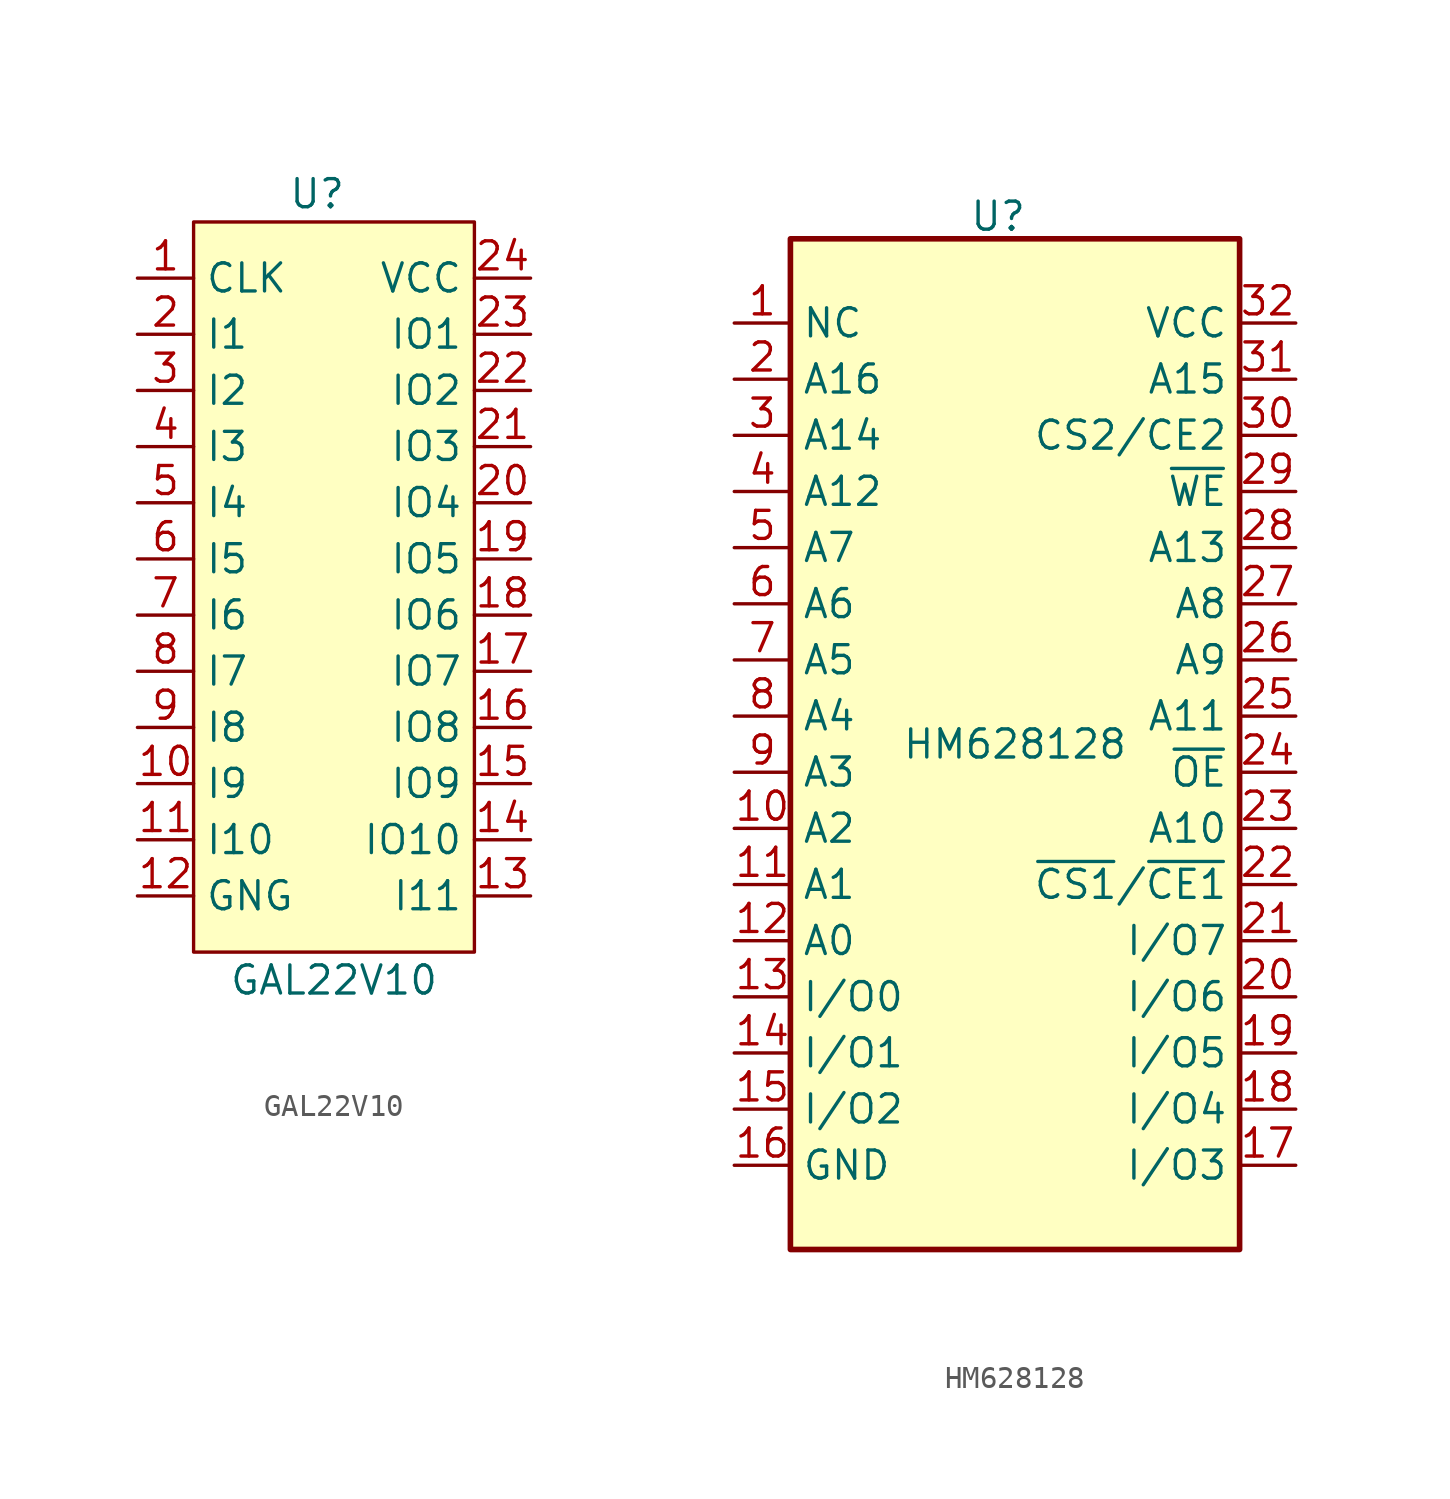
<source format=kicad_sym>
(kicad_symbol_lib
  (version 20241209)
  (generator "kicad_symbol_editor")
  (generator_version "9.0")
  (symbol "GAL22V10"
    (property "Reference" "U"
      (at -0.762 17.78 0)
      (effects (font (size 1.27 1.27))))
    (property "Value" "GAL22V10"
      (at 0 -17.78 0)
      (effects (font (size 1.27 1.27))))
    (property "ki_locked" ""
      (at 0 0 0)
      (effects (font (size 1.27 1.27))))
    (symbol "GAL22V10_1_1"
      (rectangle (start -6.35 16.51) (end 6.35 -16.51) (stroke (width 0) (type solid)) (fill (type color) (color 255 255 194 1)))
      (pin input line (at -8.89 13.97 0) (length 2.54) (name "CLK" (effects (font (size 1.27 1.27)))) (number "1" (effects (font (size 1.27 1.27)))))
      (pin input line (at -8.89 11.43 0) (length 2.54) (name "I1" (effects (font (size 1.27 1.27)))) (number "2" (effects (font (size 1.27 1.27)))))
      (pin input line (at -8.89 8.89 0) (length 2.54) (name "I2" (effects (font (size 1.27 1.27)))) (number "3" (effects (font (size 1.27 1.27)))))
      (pin input line (at -8.89 6.35 0) (length 2.54) (name "I3" (effects (font (size 1.27 1.27)))) (number "4" (effects (font (size 1.27 1.27)))))
      (pin input line (at -8.89 3.81 0) (length 2.54) (name "I4" (effects (font (size 1.27 1.27)))) (number "5" (effects (font (size 1.27 1.27)))))
      (pin input line (at -8.89 1.27 0) (length 2.54) (name "I5" (effects (font (size 1.27 1.27)))) (number "6" (effects (font (size 1.27 1.27)))))
      (pin input line (at -8.89 -1.27 0) (length 2.54) (name "I6" (effects (font (size 1.27 1.27)))) (number "7" (effects (font (size 1.27 1.27)))))
      (pin input line (at -8.89 -3.81 0) (length 2.54) (name "I7" (effects (font (size 1.27 1.27)))) (number "8" (effects (font (size 1.27 1.27)))))
      (pin input line (at -8.89 -6.35 0) (length 2.54) (name "I8" (effects (font (size 1.27 1.27)))) (number "9" (effects (font (size 1.27 1.27)))))
      (pin input line (at -8.89 -8.89 0) (length 2.54) (name "I9" (effects (font (size 1.27 1.27)))) (number "10" (effects (font (size 1.27 1.27)))))
      (pin input line (at -8.89 -11.43 0) (length 2.54) (name "I10" (effects (font (size 1.27 1.27)))) (number "11" (effects (font (size 1.27 1.27)))))
      (pin power_in line (at -8.89 -13.97 0) (length 2.54) (name "GNG" (effects (font (size 1.27 1.27)))) (number "12" (effects (font (size 1.27 1.27)))))
      (pin power_in line (at 8.89 13.97 180) (length 2.54) (name "VCC" (effects (font (size 1.27 1.27)))) (number "24" (effects (font (size 1.27 1.27)))))
      (pin bidirectional line (at 8.89 11.43 180) (length 2.54) (name "IO1" (effects (font (size 1.27 1.27)))) (number "23" (effects (font (size 1.27 1.27)))))
      (pin bidirectional line (at 8.89 8.89 180) (length 2.54) (name "IO2" (effects (font (size 1.27 1.27)))) (number "22" (effects (font (size 1.27 1.27)))))
      (pin bidirectional line (at 8.89 6.35 180) (length 2.54) (name "IO3" (effects (font (size 1.27 1.27)))) (number "21" (effects (font (size 1.27 1.27)))))
      (pin bidirectional line (at 8.89 3.81 180) (length 2.54) (name "IO4" (effects (font (size 1.27 1.27)))) (number "20" (effects (font (size 1.27 1.27)))))
      (pin bidirectional line (at 8.89 1.27 180) (length 2.54) (name "IO5" (effects (font (size 1.27 1.27)))) (number "19" (effects (font (size 1.27 1.27)))))
      (pin bidirectional line (at 8.89 -1.27 180) (length 2.54) (name "IO6" (effects (font (size 1.27 1.27)))) (number "18" (effects (font (size 1.27 1.27)))))
      (pin bidirectional line (at 8.89 -3.81 180) (length 2.54) (name "IO7" (effects (font (size 1.27 1.27)))) (number "17" (effects (font (size 1.27 1.27)))))
      (pin bidirectional line (at 8.89 -6.35 180) (length 2.54) (name "IO8" (effects (font (size 1.27 1.27)))) (number "16" (effects (font (size 1.27 1.27)))))
      (pin bidirectional line (at 8.89 -8.89 180) (length 2.54) (name "IO9" (effects (font (size 1.27 1.27)))) (number "15" (effects (font (size 1.27 1.27)))))
      (pin bidirectional line (at 8.89 -11.43 180) (length 2.54) (name "IO10" (effects (font (size 1.27 1.27)))) (number "14" (effects (font (size 1.27 1.27)))))
      (pin input line (at 8.89 -13.97 180) (length 2.54) (name "I11" (effects (font (size 1.27 1.27)))) (number "13" (effects (font (size 1.27 1.27)))))))
  (symbol "HM628128"
    (property "Reference" "U"
      (at -0.762 23.876 0)
      (effects (font (size 1.27 1.27))))
    (property "Value" "HM628128"
      (at 0 0 0)
      (effects (font (size 1.27 1.27))))
    (symbol "HM628128_0_0"
      (pin power_in line (at -12.7 -19.05 0) (length 2.54) (name "GND" (effects (font (size 1.27 1.27)))) (number "16" (effects (font (size 1.27 1.27)))))
      (pin power_in line (at 12.7 19.05 180) (length 2.54) (name "VCC" (effects (font (size 1.27 1.27)))) (number "32" (effects (font (size 1.27 1.27))))))
    (symbol "HM628128_0_1"
      (rectangle (start -10.16 22.86) (end 10.16 -22.86) (stroke (width 0.254) (type default)) (fill (type background))))
    (symbol "HM628128_1_1"
      (pin input line (at -12.7 19.05 0) (length 2.54) (name "NC" (effects (font (size 1.27 1.27)))) (number "1" (effects (font (size 1.27 1.27)))))
      (pin input line (at -12.7 16.51 0) (length 2.54) (name "A16" (effects (font (size 1.27 1.27)))) (number "2" (effects (font (size 1.27 1.27)))))
      (pin input line (at -12.7 13.97 0) (length 2.54) (name "A14" (effects (font (size 1.27 1.27)))) (number "3" (effects (font (size 1.27 1.27)))))
      (pin input line (at -12.7 11.43 0) (length 2.54) (name "A12" (effects (font (size 1.27 1.27)))) (number "4" (effects (font (size 1.27 1.27)))))
      (pin input line (at -12.7 8.89 0) (length 2.54) (name "A7" (effects (font (size 1.27 1.27)))) (number "5" (effects (font (size 1.27 1.27)))))
      (pin input line (at -12.7 6.35 0) (length 2.54) (name "A6" (effects (font (size 1.27 1.27)))) (number "6" (effects (font (size 1.27 1.27)))))
      (pin input line (at -12.7 3.81 0) (length 2.54) (name "A5" (effects (font (size 1.27 1.27)))) (number "7" (effects (font (size 1.27 1.27)))))
      (pin input line (at -12.7 1.27 0) (length 2.54) (name "A4" (effects (font (size 1.27 1.27)))) (number "8" (effects (font (size 1.27 1.27)))))
      (pin input line (at -12.7 -1.27 0) (length 2.54) (name "A3" (effects (font (size 1.27 1.27)))) (number "9" (effects (font (size 1.27 1.27)))))
      (pin input line (at -12.7 -3.81 0) (length 2.54) (name "A2" (effects (font (size 1.27 1.27)))) (number "10" (effects (font (size 1.27 1.27)))))
      (pin input line (at -12.7 -6.35 0) (length 2.54) (name "A1" (effects (font (size 1.27 1.27)))) (number "11" (effects (font (size 1.27 1.27)))))
      (pin input line (at -12.7 -8.89 0) (length 2.54) (name "A0" (effects (font (size 1.27 1.27)))) (number "12" (effects (font (size 1.27 1.27)))))
      (pin tri_state line (at -12.7 -11.43 0) (length 2.54) (name "I/O0" (effects (font (size 1.27 1.27)))) (number "13" (effects (font (size 1.27 1.27)))))
      (pin tri_state line (at -12.7 -13.97 0) (length 2.54) (name "I/O1" (effects (font (size 1.27 1.27)))) (number "14" (effects (font (size 1.27 1.27)))))
      (pin tri_state line (at -12.7 -16.51 0) (length 2.54) (name "I/O2" (effects (font (size 1.27 1.27)))) (number "15" (effects (font (size 1.27 1.27)))))
      (pin input line (at 12.7 16.51 180) (length 2.54) (name "A15" (effects (font (size 1.27 1.27)))) (number "31" (effects (font (size 1.27 1.27)))))
      (pin input line (at 12.7 13.97 180) (length 2.54) (name "CS2/CE2" (effects (font (size 1.27 1.27)))) (number "30" (effects (font (size 1.27 1.27)))))
      (pin input line (at 12.7 11.43 180) (length 2.54) (name "~{WE}" (effects (font (size 1.27 1.27)))) (number "29" (effects (font (size 1.27 1.27)))))
      (pin input line (at 12.7 8.89 180) (length 2.54) (name "A13" (effects (font (size 1.27 1.27)))) (number "28" (effects (font (size 1.27 1.27)))))
      (pin input line (at 12.7 6.35 180) (length 2.54) (name "A8" (effects (font (size 1.27 1.27)))) (number "27" (effects (font (size 1.27 1.27)))))
      (pin input line (at 12.7 3.81 180) (length 2.54) (name "A9" (effects (font (size 1.27 1.27)))) (number "26" (effects (font (size 1.27 1.27)))))
      (pin input line (at 12.7 1.27 180) (length 2.54) (name "A11" (effects (font (size 1.27 1.27)))) (number "25" (effects (font (size 1.27 1.27)))))
      (pin input line (at 12.7 -1.27 180) (length 2.54) (name "~{OE}" (effects (font (size 1.27 1.27)))) (number "24" (effects (font (size 1.27 1.27)))))
      (pin input line (at 12.7 -3.81 180) (length 2.54) (name "A10" (effects (font (size 1.27 1.27)))) (number "23" (effects (font (size 1.27 1.27)))))
      (pin input line (at 12.7 -6.35 180) (length 2.54) (name "~{CS1}/~{CE1}" (effects (font (size 1.27 1.27)))) (number "22" (effects (font (size 1.27 1.27)))))
      (pin tri_state line (at 12.7 -8.89 180) (length 2.54) (name "I/O7" (effects (font (size 1.27 1.27)))) (number "21" (effects (font (size 1.27 1.27)))))
      (pin tri_state line (at 12.7 -11.43 180) (length 2.54) (name "I/O6" (effects (font (size 1.27 1.27)))) (number "20" (effects (font (size 1.27 1.27)))))
      (pin tri_state line (at 12.7 -13.97 180) (length 2.54) (name "I/O5" (effects (font (size 1.27 1.27)))) (number "19" (effects (font (size 1.27 1.27)))))
      (pin tri_state line (at 12.7 -16.51 180) (length 2.54) (name "I/O4" (effects (font (size 1.27 1.27)))) (number "18" (effects (font (size 1.27 1.27)))))
      (pin tri_state line (at 12.7 -19.05 180) (length 2.54) (name "I/O3" (effects (font (size 1.27 1.27)))) (number "17" (effects (font (size 1.27 1.27))))))))
</source>
